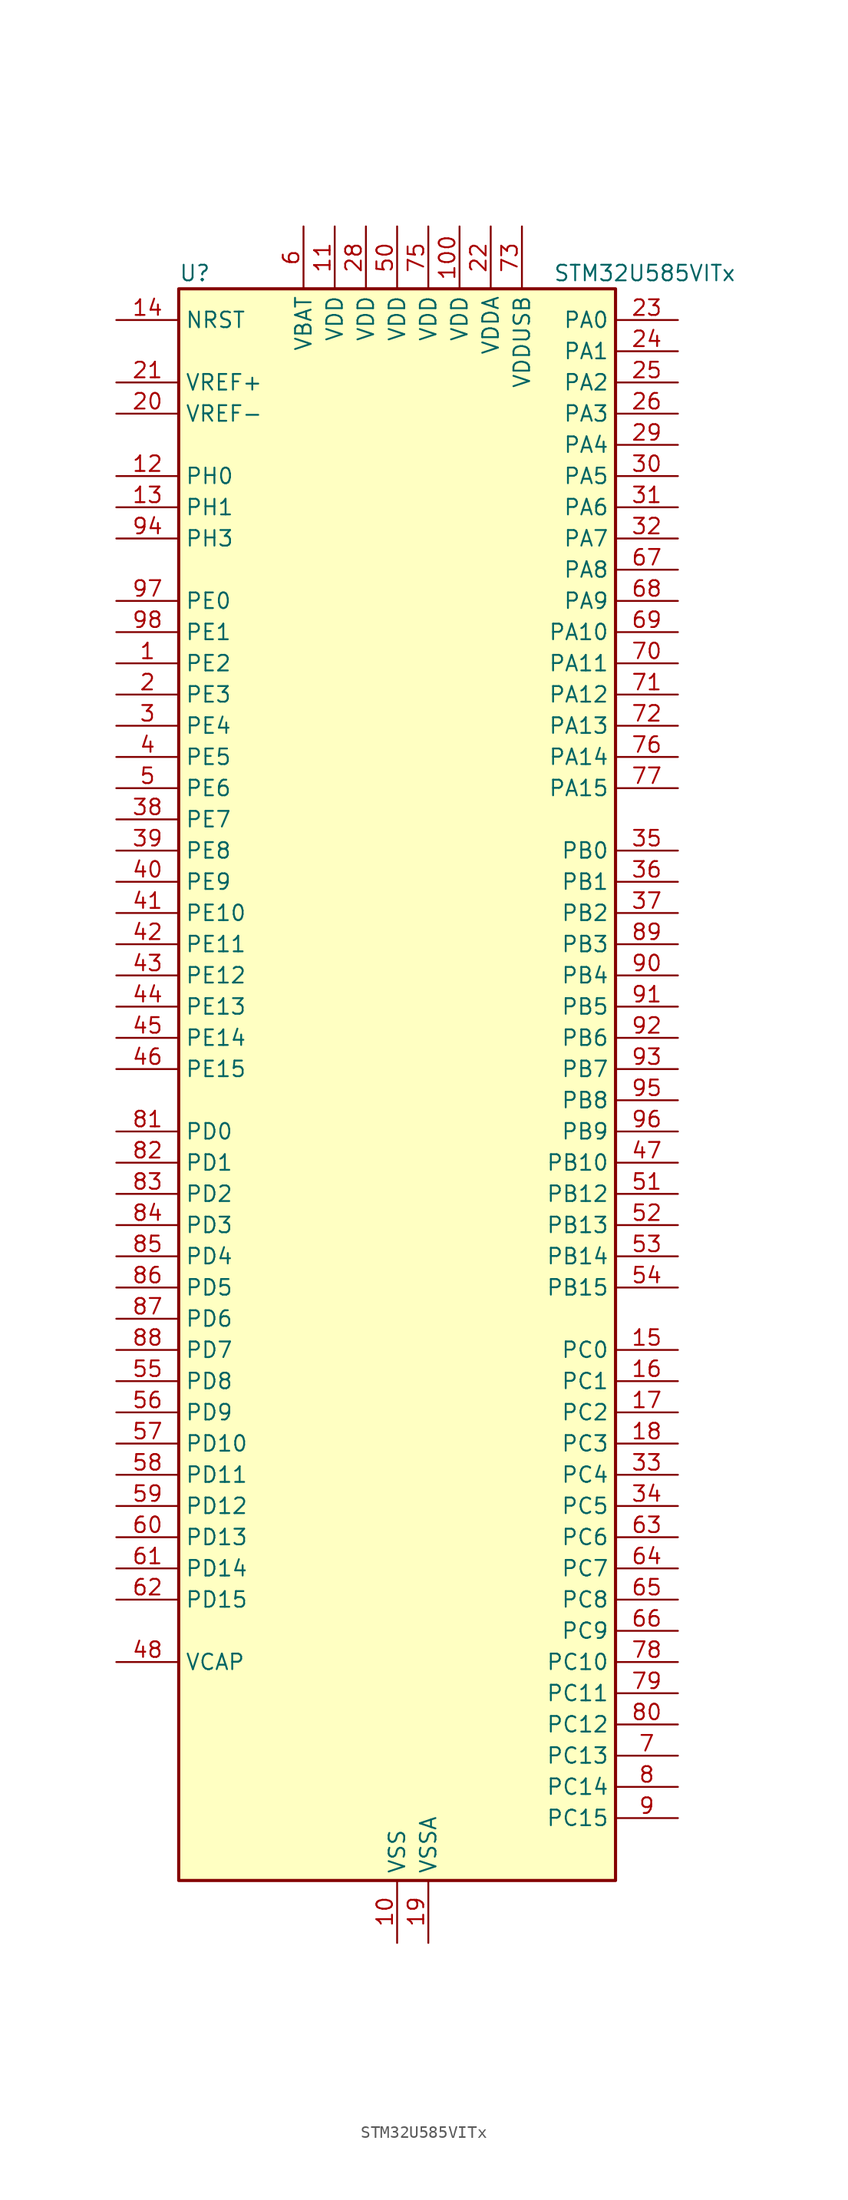
<source format=kicad_sym>
(kicad_symbol_lib
  (version 20220914)
  (generator kicad_symbol_editor)
  (symbol "STM32U585VITx"
    (property "Reference" "U"
      (at -17.78 67.31 0)
      (effects (font (size 1.27 1.27)) (justify left)))
    (property "Value" "STM32U585VITx"
      (at 12.7 67.31 0)
      (effects (font (size 1.27 1.27)) (justify left)))
    (property "ki_locked" ""
      (at 0 0 0)
      (effects (font (size 1.27 1.27))))
    (symbol "STM32U585VITx_0_1"
      (rectangle (start -17.78 -63.5) (end 17.78 66.04) (stroke (width 0.254) (type default)) (fill (type background))))
    (symbol "STM32U585VITx_1_1"
      (pin bidirectional line (at -22.86 35.56 0) (length 5.08) (name "PE2" (effects (font (size 1.27 1.27)))) (number "1" (effects (font (size 1.27 1.27)))) (alternate "DEBUG_TRACECLK" bidirectional line) (alternate "FMC_A23" bidirectional line) (alternate "SAI1_CK1" bidirectional line) (alternate "SAI1_MCLK_A" bidirectional line) (alternate "TIM3_ETR" bidirectional line) (alternate "TSC_G7_IO1" bidirectional line))
      (pin power_in line (at 0 -68.58 90) (length 5.08) (name "VSS" (effects (font (size 1.27 1.27)))) (number "10" (effects (font (size 1.27 1.27)))))
      (pin power_in line (at 5.08 71.12 270) (length 5.08) (name "VDD" (effects (font (size 1.27 1.27)))) (number "100" (effects (font (size 1.27 1.27)))))
      (pin power_in line (at -5.08 71.12 270) (length 5.08) (name "VDD" (effects (font (size 1.27 1.27)))) (number "11" (effects (font (size 1.27 1.27)))))
      (pin bidirectional line (at -22.86 50.8 0) (length 5.08) (name "PH0" (effects (font (size 1.27 1.27)))) (number "12" (effects (font (size 1.27 1.27)))) (alternate "RCC_OSC_IN" bidirectional line))
      (pin bidirectional line (at -22.86 48.26 0) (length 5.08) (name "PH1" (effects (font (size 1.27 1.27)))) (number "13" (effects (font (size 1.27 1.27)))) (alternate "RCC_OSC_OUT" bidirectional line))
      (pin input line (at -22.86 63.5 0) (length 5.08) (name "NRST" (effects (font (size 1.27 1.27)))) (number "14" (effects (font (size 1.27 1.27)))))
      (pin bidirectional line (at 22.86 -20.32 180) (length 5.08) (name "PC0" (effects (font (size 1.27 1.27)))) (number "15" (effects (font (size 1.27 1.27)))) (alternate "ADC1_IN1" bidirectional line) (alternate "ADC4_IN1" bidirectional line) (alternate "I2C3_SCL" bidirectional line) (alternate "LPTIM1_IN1" bidirectional line) (alternate "LPTIM2_IN1" bidirectional line) (alternate "LPUART1_RX" bidirectional line) (alternate "MDF1_SDI4" bidirectional line) (alternate "OCTOSPIM_P1_IO7" bidirectional line) (alternate "SAI2_FS_A" bidirectional line) (alternate "SDMMC1_D5" bidirectional line) (alternate "SPI2_RDY" bidirectional line))
      (pin bidirectional line (at 22.86 -22.86 180) (length 5.08) (name "PC1" (effects (font (size 1.27 1.27)))) (number "16" (effects (font (size 1.27 1.27)))) (alternate "ADC1_IN2" bidirectional line) (alternate "ADC4_IN2" bidirectional line) (alternate "DEBUG_TRACED0" bidirectional line) (alternate "I2C3_SDA" bidirectional line) (alternate "LPTIM1_CH1" bidirectional line) (alternate "LPUART1_TX" bidirectional line) (alternate "MDF1_CKI4" bidirectional line) (alternate "OCTOSPIM_P1_IO4" bidirectional line) (alternate "SAI1_SD_A" bidirectional line) (alternate "SDMMC2_CK" bidirectional line) (alternate "SPI2_MOSI" bidirectional line))
      (pin bidirectional line (at 22.86 -25.4 180) (length 5.08) (name "PC2" (effects (font (size 1.27 1.27)))) (number "17" (effects (font (size 1.27 1.27)))) (alternate "ADC1_IN3" bidirectional line) (alternate "ADC4_IN3" bidirectional line) (alternate "LPTIM1_IN2" bidirectional line) (alternate "MDF1_CCK1" bidirectional line) (alternate "OCTOSPIM_P1_IO5" bidirectional line) (alternate "SPI2_MISO" bidirectional line))
      (pin bidirectional line (at 22.86 -27.94 180) (length 5.08) (name "PC3" (effects (font (size 1.27 1.27)))) (number "18" (effects (font (size 1.27 1.27)))) (alternate "ADC1_IN4" bidirectional line) (alternate "ADC4_IN4" bidirectional line) (alternate "LPTIM1_ETR" bidirectional line) (alternate "LPTIM2_ETR" bidirectional line) (alternate "LPTIM3_CH1" bidirectional line) (alternate "OCTOSPIM_P1_IO6" bidirectional line) (alternate "SAI1_D1" bidirectional line) (alternate "SAI1_SD_A" bidirectional line) (alternate "SPI2_MOSI" bidirectional line))
      (pin power_in line (at 2.54 -68.58 90) (length 5.08) (name "VSSA" (effects (font (size 1.27 1.27)))) (number "19" (effects (font (size 1.27 1.27)))))
      (pin bidirectional line (at -22.86 33.02 0) (length 5.08) (name "PE3" (effects (font (size 1.27 1.27)))) (number "2" (effects (font (size 1.27 1.27)))) (alternate "DEBUG_TRACED0" bidirectional line) (alternate "FMC_A19" bidirectional line) (alternate "OCTOSPIM_P1_DQS" bidirectional line) (alternate "SAI1_SD_B" bidirectional line) (alternate "TAMP_IN6" bidirectional line) (alternate "TAMP_OUT3" bidirectional line) (alternate "TIM3_CH1" bidirectional line) (alternate "TSC_G7_IO2" bidirectional line))
      (pin input line (at -22.86 55.88 0) (length 5.08) (name "VREF-" (effects (font (size 1.27 1.27)))) (number "20" (effects (font (size 1.27 1.27)))))
      (pin input line (at -22.86 58.42 0) (length 5.08) (name "VREF+" (effects (font (size 1.27 1.27)))) (number "21" (effects (font (size 1.27 1.27)))) (alternate "VREFBUF_OUT" bidirectional line))
      (pin power_in line (at 7.62 71.12 270) (length 5.08) (name "VDDA" (effects (font (size 1.27 1.27)))) (number "22" (effects (font (size 1.27 1.27)))))
      (pin bidirectional line (at 22.86 63.5 180) (length 5.08) (name "PA0" (effects (font (size 1.27 1.27)))) (number "23" (effects (font (size 1.27 1.27)))) (alternate "ADC1_IN5" bidirectional line) (alternate "AUDIOCLK" bidirectional line) (alternate "OCTOSPIM_P2_NCS" bidirectional line) (alternate "OPAMP1_VINP" bidirectional line) (alternate "PWR_WKUP1" bidirectional line) (alternate "SDMMC2_CMD" bidirectional line) (alternate "SPI3_RDY" bidirectional line) (alternate "TAMP_IN2" bidirectional line) (alternate "TAMP_OUT1" bidirectional line) (alternate "TIM2_CH1" bidirectional line) (alternate "TIM2_ETR" bidirectional line) (alternate "TIM5_CH1" bidirectional line) (alternate "TIM8_ETR" bidirectional line) (alternate "UART4_TX" bidirectional line) (alternate "USART2_CTS" bidirectional line))
      (pin bidirectional line (at 22.86 60.96 180) (length 5.08) (name "PA1" (effects (font (size 1.27 1.27)))) (number "24" (effects (font (size 1.27 1.27)))) (alternate "ADC1_IN6" bidirectional line) (alternate "I2C1_SMBA" bidirectional line) (alternate "LPTIM1_CH2" bidirectional line) (alternate "OCTOSPIM_P1_DQS" bidirectional line) (alternate "OPAMP1_VINM" bidirectional line) (alternate "PWR_WKUP3" bidirectional line) (alternate "SPI1_SCK" bidirectional line) (alternate "TAMP_IN5" bidirectional line) (alternate "TAMP_OUT4" bidirectional line) (alternate "TIM15_CH1N" bidirectional line) (alternate "TIM2_CH2" bidirectional line) (alternate "TIM5_CH2" bidirectional line) (alternate "UART4_RX" bidirectional line) (alternate "USART2_DE" bidirectional line) (alternate "USART2_RTS" bidirectional line))
      (pin bidirectional line (at 22.86 58.42 180) (length 5.08) (name "PA2" (effects (font (size 1.27 1.27)))) (number "25" (effects (font (size 1.27 1.27)))) (alternate "ADC1_IN7" bidirectional line) (alternate "COMP1_INP" bidirectional line) (alternate "LPUART1_TX" bidirectional line) (alternate "OCTOSPIM_P1_NCS" bidirectional line) (alternate "PWR_WKUP4" bidirectional line) (alternate "RCC_LSCO" bidirectional line) (alternate "SPI1_RDY" bidirectional line) (alternate "TIM15_CH1" bidirectional line) (alternate "TIM2_CH3" bidirectional line) (alternate "TIM5_CH3" bidirectional line) (alternate "UCPD1_FRSTX1" bidirectional line) (alternate "USART2_TX" bidirectional line))
      (pin bidirectional line (at 22.86 55.88 180) (length 5.08) (name "PA3" (effects (font (size 1.27 1.27)))) (number "26" (effects (font (size 1.27 1.27)))) (alternate "ADC1_IN8" bidirectional line) (alternate "LPUART1_RX" bidirectional line) (alternate "OCTOSPIM_P1_CLK" bidirectional line) (alternate "OPAMP1_VOUT" bidirectional line) (alternate "PWR_WKUP5" bidirectional line) (alternate "SAI1_CK1" bidirectional line) (alternate "SAI1_MCLK_A" bidirectional line) (alternate "TIM15_CH2" bidirectional line) (alternate "TIM2_CH4" bidirectional line) (alternate "TIM5_CH4" bidirectional line) (alternate "USART2_RX" bidirectional line))
      (pin passive line (at 0 -68.58 90) (length 5.08) hide (name "VSS" (effects (font (size 1.27 1.27)))) (number "27" (effects (font (size 1.27 1.27)))))
      (pin power_in line (at -2.54 71.12 270) (length 5.08) (name "VDD" (effects (font (size 1.27 1.27)))) (number "28" (effects (font (size 1.27 1.27)))))
      (pin bidirectional line (at 22.86 53.34 180) (length 5.08) (name "PA4" (effects (font (size 1.27 1.27)))) (number "29" (effects (font (size 1.27 1.27)))) (alternate "ADC1_IN9" bidirectional line) (alternate "ADC4_IN9" bidirectional line) (alternate "DAC1_OUT1" bidirectional line) (alternate "DCMI_HSYNC" bidirectional line) (alternate "LPTIM2_CH1" bidirectional line) (alternate "OCTOSPIM_P1_NCS" bidirectional line) (alternate "PSSI_DE" bidirectional line) (alternate "PWR_WKUP2" bidirectional line) (alternate "SAI1_FS_B" bidirectional line) (alternate "SPI1_NSS" bidirectional line) (alternate "SPI3_NSS" bidirectional line) (alternate "USART2_CK" bidirectional line))
      (pin bidirectional line (at -22.86 30.48 0) (length 5.08) (name "PE4" (effects (font (size 1.27 1.27)))) (number "3" (effects (font (size 1.27 1.27)))) (alternate "DCMI_D4" bidirectional line) (alternate "DEBUG_TRACED1" bidirectional line) (alternate "FMC_A20" bidirectional line) (alternate "MDF1_SDI3" bidirectional line) (alternate "PSSI_D4" bidirectional line) (alternate "PWR_WKUP1" bidirectional line) (alternate "SAI1_D2" bidirectional line) (alternate "SAI1_FS_A" bidirectional line) (alternate "TAMP_IN7" bidirectional line) (alternate "TAMP_OUT8" bidirectional line) (alternate "TIM3_CH2" bidirectional line) (alternate "TSC_G7_IO3" bidirectional line))
      (pin bidirectional line (at 22.86 50.8 180) (length 5.08) (name "PA5" (effects (font (size 1.27 1.27)))) (number "30" (effects (font (size 1.27 1.27)))) (alternate "ADC1_IN10" bidirectional line) (alternate "ADC4_IN10" bidirectional line) (alternate "DAC1_OUT2" bidirectional line) (alternate "LPTIM2_ETR" bidirectional line) (alternate "PSSI_D14" bidirectional line) (alternate "PWR_CSLEEP" bidirectional line) (alternate "PWR_WKUP6" bidirectional line) (alternate "SPI1_SCK" bidirectional line) (alternate "TIM2_CH1" bidirectional line) (alternate "TIM2_ETR" bidirectional line) (alternate "TIM8_CH1N" bidirectional line) (alternate "USART3_RX" bidirectional line))
      (pin bidirectional line (at 22.86 48.26 180) (length 5.08) (name "PA6" (effects (font (size 1.27 1.27)))) (number "31" (effects (font (size 1.27 1.27)))) (alternate "ADC1_IN11" bidirectional line) (alternate "ADC4_IN11" bidirectional line) (alternate "DCMI_PIXCLK" bidirectional line) (alternate "LPUART1_CTS" bidirectional line) (alternate "OCTOSPIM_P1_IO3" bidirectional line) (alternate "OPAMP2_VINP" bidirectional line) (alternate "PSSI_PDCK" bidirectional line) (alternate "PWR_CDSTOP" bidirectional line) (alternate "PWR_WKUP7" bidirectional line) (alternate "SPI1_MISO" bidirectional line) (alternate "TIM16_CH1" bidirectional line) (alternate "TIM1_BKIN" bidirectional line) (alternate "TIM3_CH1" bidirectional line) (alternate "TIM8_BKIN" bidirectional line) (alternate "USART3_CTS" bidirectional line))
      (pin bidirectional line (at 22.86 45.72 180) (length 5.08) (name "PA7" (effects (font (size 1.27 1.27)))) (number "32" (effects (font (size 1.27 1.27)))) (alternate "ADC1_IN12" bidirectional line) (alternate "ADC4_IN20" bidirectional line) (alternate "I2C3_SCL" bidirectional line) (alternate "LPTIM2_CH2" bidirectional line) (alternate "OCTOSPIM_P1_IO2" bidirectional line) (alternate "OPAMP2_VINM" bidirectional line) (alternate "PWR_SRDSTOP" bidirectional line) (alternate "PWR_WKUP8" bidirectional line) (alternate "SPI1_MOSI" bidirectional line) (alternate "TIM17_CH1" bidirectional line) (alternate "TIM1_CH1N" bidirectional line) (alternate "TIM3_CH2" bidirectional line) (alternate "TIM8_CH1N" bidirectional line) (alternate "USART3_TX" bidirectional line))
      (pin bidirectional line (at 22.86 -30.48 180) (length 5.08) (name "PC4" (effects (font (size 1.27 1.27)))) (number "33" (effects (font (size 1.27 1.27)))) (alternate "ADC1_IN13" bidirectional line) (alternate "ADC4_IN22" bidirectional line) (alternate "COMP1_INM" bidirectional line) (alternate "OCTOSPIM_P1_IO7" bidirectional line) (alternate "USART3_TX" bidirectional line))
      (pin bidirectional line (at 22.86 -33.02 180) (length 5.08) (name "PC5" (effects (font (size 1.27 1.27)))) (number "34" (effects (font (size 1.27 1.27)))) (alternate "ADC1_IN14" bidirectional line) (alternate "ADC4_IN23" bidirectional line) (alternate "COMP1_INP" bidirectional line) (alternate "PSSI_D15" bidirectional line) (alternate "PWR_WKUP5" bidirectional line) (alternate "SAI1_D3" bidirectional line) (alternate "TAMP_IN4" bidirectional line) (alternate "TAMP_OUT5" bidirectional line) (alternate "TIM1_CH4N" bidirectional line) (alternate "USART3_RX" bidirectional line))
      (pin bidirectional line (at 22.86 20.32 180) (length 5.08) (name "PB0" (effects (font (size 1.27 1.27)))) (number "35" (effects (font (size 1.27 1.27)))) (alternate "ADC1_IN15" bidirectional line) (alternate "ADC4_IN18" bidirectional line) (alternate "AUDIOCLK" bidirectional line) (alternate "COMP1_OUT" bidirectional line) (alternate "LPTIM3_CH1" bidirectional line) (alternate "OCTOSPIM_P1_IO1" bidirectional line) (alternate "OPAMP2_VOUT" bidirectional line) (alternate "SPI1_NSS" bidirectional line) (alternate "TIM1_CH2N" bidirectional line) (alternate "TIM3_CH3" bidirectional line) (alternate "TIM8_CH2N" bidirectional line) (alternate "USART3_CK" bidirectional line))
      (pin bidirectional line (at 22.86 17.78 180) (length 5.08) (name "PB1" (effects (font (size 1.27 1.27)))) (number "36" (effects (font (size 1.27 1.27)))) (alternate "ADC1_IN16" bidirectional line) (alternate "ADC4_IN19" bidirectional line) (alternate "COMP1_INM" bidirectional line) (alternate "LPTIM2_IN1" bidirectional line) (alternate "LPTIM3_CH2" bidirectional line) (alternate "LPUART1_DE" bidirectional line) (alternate "LPUART1_RTS" bidirectional line) (alternate "MDF1_SDI0" bidirectional line) (alternate "OCTOSPIM_P1_IO0" bidirectional line) (alternate "PWR_WKUP4" bidirectional line) (alternate "TIM1_CH3N" bidirectional line) (alternate "TIM3_CH4" bidirectional line) (alternate "TIM8_CH3N" bidirectional line) (alternate "USART3_DE" bidirectional line) (alternate "USART3_RTS" bidirectional line))
      (pin bidirectional line (at 22.86 15.24 180) (length 5.08) (name "PB2" (effects (font (size 1.27 1.27)))) (number "37" (effects (font (size 1.27 1.27)))) (alternate "ADC1_IN17" bidirectional line) (alternate "COMP1_INP" bidirectional line) (alternate "I2C3_SMBA" bidirectional line) (alternate "LPTIM1_CH1" bidirectional line) (alternate "MDF1_CKI0" bidirectional line) (alternate "OCTOSPIM_P1_DQS" bidirectional line) (alternate "PWR_WKUP1" bidirectional line) (alternate "RTC_OUT2" bidirectional line) (alternate "SPI1_RDY" bidirectional line) (alternate "TIM8_CH4N" bidirectional line) (alternate "UCPD1_FRSTX1" bidirectional line))
      (pin bidirectional line (at -22.86 22.86 0) (length 5.08) (name "PE7" (effects (font (size 1.27 1.27)))) (number "38" (effects (font (size 1.27 1.27)))) (alternate "FMC_D4" bidirectional line) (alternate "FMC_DA4" bidirectional line) (alternate "MDF1_SDI2" bidirectional line) (alternate "PWR_WKUP6" bidirectional line) (alternate "SAI1_SD_B" bidirectional line) (alternate "TIM1_ETR" bidirectional line))
      (pin bidirectional line (at -22.86 20.32 0) (length 5.08) (name "PE8" (effects (font (size 1.27 1.27)))) (number "39" (effects (font (size 1.27 1.27)))) (alternate "FMC_D5" bidirectional line) (alternate "FMC_DA5" bidirectional line) (alternate "MDF1_CKI2" bidirectional line) (alternate "PWR_WKUP7" bidirectional line) (alternate "SAI1_SCK_B" bidirectional line) (alternate "TIM1_CH1N" bidirectional line))
      (pin bidirectional line (at -22.86 27.94 0) (length 5.08) (name "PE5" (effects (font (size 1.27 1.27)))) (number "4" (effects (font (size 1.27 1.27)))) (alternate "DCMI_D6" bidirectional line) (alternate "DEBUG_TRACED2" bidirectional line) (alternate "FMC_A21" bidirectional line) (alternate "MDF1_CKI3" bidirectional line) (alternate "PSSI_D6" bidirectional line) (alternate "PWR_WKUP2" bidirectional line) (alternate "SAI1_CK2" bidirectional line) (alternate "SAI1_SCK_A" bidirectional line) (alternate "TAMP_IN8" bidirectional line) (alternate "TAMP_OUT7" bidirectional line) (alternate "TIM3_CH3" bidirectional line) (alternate "TSC_G7_IO4" bidirectional line))
      (pin bidirectional line (at -22.86 17.78 0) (length 5.08) (name "PE9" (effects (font (size 1.27 1.27)))) (number "40" (effects (font (size 1.27 1.27)))) (alternate "ADF1_CCK0" bidirectional line) (alternate "DAC1_EXTI9" bidirectional line) (alternate "FMC_D6" bidirectional line) (alternate "FMC_DA6" bidirectional line) (alternate "MDF1_CCK0" bidirectional line) (alternate "OCTOSPIM_P1_NCLK" bidirectional line) (alternate "SAI1_FS_B" bidirectional line) (alternate "TIM1_CH1" bidirectional line))
      (pin bidirectional line (at -22.86 15.24 0) (length 5.08) (name "PE10" (effects (font (size 1.27 1.27)))) (number "41" (effects (font (size 1.27 1.27)))) (alternate "ADF1_SDI0" bidirectional line) (alternate "FMC_D7" bidirectional line) (alternate "FMC_DA7" bidirectional line) (alternate "MDF1_SDI4" bidirectional line) (alternate "OCTOSPIM_P1_CLK" bidirectional line) (alternate "SAI1_MCLK_B" bidirectional line) (alternate "TIM1_CH2N" bidirectional line) (alternate "TSC_G5_IO1" bidirectional line))
      (pin bidirectional line (at -22.86 12.7 0) (length 5.08) (name "PE11" (effects (font (size 1.27 1.27)))) (number "42" (effects (font (size 1.27 1.27)))) (alternate "ADC1_EXTI11" bidirectional line) (alternate "FMC_D8" bidirectional line) (alternate "FMC_DA8" bidirectional line) (alternate "MDF1_CKI4" bidirectional line) (alternate "OCTOSPIM_P1_NCS" bidirectional line) (alternate "SPI1_RDY" bidirectional line) (alternate "TIM1_CH2" bidirectional line) (alternate "TSC_G5_IO2" bidirectional line))
      (pin bidirectional line (at -22.86 10.16 0) (length 5.08) (name "PE12" (effects (font (size 1.27 1.27)))) (number "43" (effects (font (size 1.27 1.27)))) (alternate "FMC_D9" bidirectional line) (alternate "FMC_DA9" bidirectional line) (alternate "MDF1_SDI5" bidirectional line) (alternate "OCTOSPIM_P1_IO0" bidirectional line) (alternate "SPI1_NSS" bidirectional line) (alternate "TIM1_CH3N" bidirectional line) (alternate "TSC_G5_IO3" bidirectional line))
      (pin bidirectional line (at -22.86 7.62 0) (length 5.08) (name "PE13" (effects (font (size 1.27 1.27)))) (number "44" (effects (font (size 1.27 1.27)))) (alternate "FMC_D10" bidirectional line) (alternate "FMC_DA10" bidirectional line) (alternate "MDF1_CKI5" bidirectional line) (alternate "OCTOSPIM_P1_IO1" bidirectional line) (alternate "SPI1_SCK" bidirectional line) (alternate "TIM1_CH3" bidirectional line) (alternate "TSC_G5_IO4" bidirectional line))
      (pin bidirectional line (at -22.86 5.08 0) (length 5.08) (name "PE14" (effects (font (size 1.27 1.27)))) (number "45" (effects (font (size 1.27 1.27)))) (alternate "FMC_D11" bidirectional line) (alternate "FMC_DA11" bidirectional line) (alternate "OCTOSPIM_P1_IO2" bidirectional line) (alternate "SPI1_MISO" bidirectional line) (alternate "TIM1_BKIN2" bidirectional line) (alternate "TIM1_CH4" bidirectional line))
      (pin bidirectional line (at -22.86 2.54 0) (length 5.08) (name "PE15" (effects (font (size 1.27 1.27)))) (number "46" (effects (font (size 1.27 1.27)))) (alternate "ADC1_EXTI15" bidirectional line) (alternate "ADC4_EXTI15" bidirectional line) (alternate "FMC_D12" bidirectional line) (alternate "FMC_DA12" bidirectional line) (alternate "OCTOSPIM_P1_IO3" bidirectional line) (alternate "SPI1_MOSI" bidirectional line) (alternate "TIM1_BKIN" bidirectional line) (alternate "TIM1_CH4N" bidirectional line))
      (pin bidirectional line (at 22.86 -5.08 180) (length 5.08) (name "PB10" (effects (font (size 1.27 1.27)))) (number "47" (effects (font (size 1.27 1.27)))) (alternate "COMP1_OUT" bidirectional line) (alternate "I2C2_SCL" bidirectional line) (alternate "I2C4_SCL" bidirectional line) (alternate "LPTIM3_CH1" bidirectional line) (alternate "LPUART1_RX" bidirectional line) (alternate "OCTOSPIM_P1_CLK" bidirectional line) (alternate "PWR_WKUP8" bidirectional line) (alternate "SAI1_SCK_A" bidirectional line) (alternate "SPI2_SCK" bidirectional line) (alternate "TIM2_CH3" bidirectional line) (alternate "TSC_SYNC" bidirectional line) (alternate "USART3_TX" bidirectional line))
      (pin power_out line (at -22.86 -45.72 0) (length 5.08) (name "VCAP" (effects (font (size 1.27 1.27)))) (number "48" (effects (font (size 1.27 1.27)))))
      (pin passive line (at 0 -68.58 90) (length 5.08) hide (name "VSS" (effects (font (size 1.27 1.27)))) (number "49" (effects (font (size 1.27 1.27)))))
      (pin bidirectional line (at -22.86 25.4 0) (length 5.08) (name "PE6" (effects (font (size 1.27 1.27)))) (number "5" (effects (font (size 1.27 1.27)))) (alternate "DCMI_D7" bidirectional line) (alternate "DEBUG_TRACED3" bidirectional line) (alternate "FMC_A22" bidirectional line) (alternate "PSSI_D7" bidirectional line) (alternate "PWR_WKUP3" bidirectional line) (alternate "SAI1_D1" bidirectional line) (alternate "SAI1_SD_A" bidirectional line) (alternate "TAMP_IN3" bidirectional line) (alternate "TAMP_OUT6" bidirectional line) (alternate "TIM3_CH4" bidirectional line))
      (pin power_in line (at 0 71.12 270) (length 5.08) (name "VDD" (effects (font (size 1.27 1.27)))) (number "50" (effects (font (size 1.27 1.27)))))
      (pin bidirectional line (at 22.86 -7.62 180) (length 5.08) (name "PB12" (effects (font (size 1.27 1.27)))) (number "51" (effects (font (size 1.27 1.27)))) (alternate "I2C2_SMBA" bidirectional line) (alternate "LPUART1_DE" bidirectional line) (alternate "LPUART1_RTS" bidirectional line) (alternate "MDF1_SDI1" bidirectional line) (alternate "OCTOSPIM_P1_NCLK" bidirectional line) (alternate "SAI2_FS_A" bidirectional line) (alternate "SPI2_NSS" bidirectional line) (alternate "TIM15_BKIN" bidirectional line) (alternate "TIM1_BKIN" bidirectional line) (alternate "TSC_G1_IO1" bidirectional line) (alternate "USART3_CK" bidirectional line))
      (pin bidirectional line (at 22.86 -10.16 180) (length 5.08) (name "PB13" (effects (font (size 1.27 1.27)))) (number "52" (effects (font (size 1.27 1.27)))) (alternate "I2C2_SCL" bidirectional line) (alternate "LPTIM3_IN1" bidirectional line) (alternate "LPUART1_CTS" bidirectional line) (alternate "MDF1_CKI1" bidirectional line) (alternate "SAI2_SCK_A" bidirectional line) (alternate "SPI2_SCK" bidirectional line) (alternate "TIM15_CH1N" bidirectional line) (alternate "TIM1_CH1N" bidirectional line) (alternate "TSC_G1_IO2" bidirectional line) (alternate "USART3_CTS" bidirectional line))
      (pin bidirectional line (at 22.86 -12.7 180) (length 5.08) (name "PB14" (effects (font (size 1.27 1.27)))) (number "53" (effects (font (size 1.27 1.27)))) (alternate "I2C2_SDA" bidirectional line) (alternate "LPTIM3_ETR" bidirectional line) (alternate "MDF1_SDI2" bidirectional line) (alternate "SAI2_MCLK_A" bidirectional line) (alternate "SDMMC2_D0" bidirectional line) (alternate "SPI2_MISO" bidirectional line) (alternate "TIM15_CH1" bidirectional line) (alternate "TIM1_CH2N" bidirectional line) (alternate "TIM8_CH2N" bidirectional line) (alternate "TSC_G1_IO3" bidirectional line) (alternate "UCPD1_DBCC2" bidirectional line) (alternate "USART3_DE" bidirectional line) (alternate "USART3_RTS" bidirectional line))
      (pin bidirectional line (at 22.86 -15.24 180) (length 5.08) (name "PB15" (effects (font (size 1.27 1.27)))) (number "54" (effects (font (size 1.27 1.27)))) (alternate "ADC1_EXTI15" bidirectional line) (alternate "ADC4_EXTI15" bidirectional line) (alternate "FMC_NBL1" bidirectional line) (alternate "LPTIM2_IN2" bidirectional line) (alternate "MDF1_CKI2" bidirectional line) (alternate "PWR_WKUP7" bidirectional line) (alternate "RTC_REFIN" bidirectional line) (alternate "SAI2_SD_A" bidirectional line) (alternate "SDMMC2_D1" bidirectional line) (alternate "SPI2_MOSI" bidirectional line) (alternate "TIM15_CH2" bidirectional line) (alternate "TIM1_CH3N" bidirectional line) (alternate "TIM8_CH3N" bidirectional line) (alternate "UCPD1_CC2" bidirectional line))
      (pin bidirectional line (at -22.86 -22.86 0) (length 5.08) (name "PD8" (effects (font (size 1.27 1.27)))) (number "55" (effects (font (size 1.27 1.27)))) (alternate "DCMI_HSYNC" bidirectional line) (alternate "FMC_D13" bidirectional line) (alternate "FMC_DA13" bidirectional line) (alternate "PSSI_DE" bidirectional line) (alternate "USART3_TX" bidirectional line))
      (pin bidirectional line (at -22.86 -25.4 0) (length 5.08) (name "PD9" (effects (font (size 1.27 1.27)))) (number "56" (effects (font (size 1.27 1.27)))) (alternate "DAC1_EXTI9" bidirectional line) (alternate "DCMI_PIXCLK" bidirectional line) (alternate "FMC_D14" bidirectional line) (alternate "FMC_DA14" bidirectional line) (alternate "LPTIM2_IN2" bidirectional line) (alternate "LPTIM3_IN1" bidirectional line) (alternate "PSSI_PDCK" bidirectional line) (alternate "SAI2_MCLK_A" bidirectional line) (alternate "USART3_RX" bidirectional line))
      (pin bidirectional line (at -22.86 -27.94 0) (length 5.08) (name "PD10" (effects (font (size 1.27 1.27)))) (number "57" (effects (font (size 1.27 1.27)))) (alternate "FMC_D15" bidirectional line) (alternate "FMC_DA15" bidirectional line) (alternate "LPTIM2_CH2" bidirectional line) (alternate "LPTIM3_ETR" bidirectional line) (alternate "SAI2_SCK_A" bidirectional line) (alternate "TSC_G6_IO1" bidirectional line) (alternate "USART3_CK" bidirectional line))
      (pin bidirectional line (at -22.86 -30.48 0) (length 5.08) (name "PD11" (effects (font (size 1.27 1.27)))) (number "58" (effects (font (size 1.27 1.27)))) (alternate "ADC1_EXTI11" bidirectional line) (alternate "ADC4_IN15" bidirectional line) (alternate "FMC_A16" bidirectional line) (alternate "FMC_CLE" bidirectional line) (alternate "I2C4_SMBA" bidirectional line) (alternate "LPTIM2_ETR" bidirectional line) (alternate "SAI2_SD_A" bidirectional line) (alternate "TSC_G6_IO2" bidirectional line) (alternate "USART3_CTS" bidirectional line))
      (pin bidirectional line (at -22.86 -33.02 0) (length 5.08) (name "PD12" (effects (font (size 1.27 1.27)))) (number "59" (effects (font (size 1.27 1.27)))) (alternate "ADC4_IN16" bidirectional line) (alternate "FMC_A17" bidirectional line) (alternate "FMC_ALE" bidirectional line) (alternate "I2C4_SCL" bidirectional line) (alternate "LPTIM2_IN1" bidirectional line) (alternate "SAI2_FS_A" bidirectional line) (alternate "TIM4_CH1" bidirectional line) (alternate "TSC_G6_IO3" bidirectional line) (alternate "USART3_DE" bidirectional line) (alternate "USART3_RTS" bidirectional line))
      (pin power_in line (at -7.62 71.12 270) (length 5.08) (name "VBAT" (effects (font (size 1.27 1.27)))) (number "6" (effects (font (size 1.27 1.27)))))
      (pin bidirectional line (at -22.86 -35.56 0) (length 5.08) (name "PD13" (effects (font (size 1.27 1.27)))) (number "60" (effects (font (size 1.27 1.27)))) (alternate "ADC4_IN17" bidirectional line) (alternate "FMC_A18" bidirectional line) (alternate "I2C4_SDA" bidirectional line) (alternate "LPTIM2_CH1" bidirectional line) (alternate "LPTIM4_IN1" bidirectional line) (alternate "TIM4_CH2" bidirectional line) (alternate "TSC_G6_IO4" bidirectional line))
      (pin bidirectional line (at -22.86 -38.1 0) (length 5.08) (name "PD14" (effects (font (size 1.27 1.27)))) (number "61" (effects (font (size 1.27 1.27)))) (alternate "FMC_D0" bidirectional line) (alternate "FMC_DA0" bidirectional line) (alternate "LPTIM3_CH1" bidirectional line) (alternate "TIM4_CH3" bidirectional line))
      (pin bidirectional line (at -22.86 -40.64 0) (length 5.08) (name "PD15" (effects (font (size 1.27 1.27)))) (number "62" (effects (font (size 1.27 1.27)))) (alternate "ADC1_EXTI15" bidirectional line) (alternate "ADC4_EXTI15" bidirectional line) (alternate "FMC_D1" bidirectional line) (alternate "FMC_DA1" bidirectional line) (alternate "LPTIM3_CH2" bidirectional line) (alternate "TIM4_CH4" bidirectional line))
      (pin bidirectional line (at 22.86 -35.56 180) (length 5.08) (name "PC6" (effects (font (size 1.27 1.27)))) (number "63" (effects (font (size 1.27 1.27)))) (alternate "DCMI_D0" bidirectional line) (alternate "MDF1_CKI3" bidirectional line) (alternate "PSSI_D0" bidirectional line) (alternate "PWR_CSLEEP" bidirectional line) (alternate "SAI2_MCLK_A" bidirectional line) (alternate "SDMMC1_D0DIR" bidirectional line) (alternate "SDMMC1_D6" bidirectional line) (alternate "SDMMC2_D6" bidirectional line) (alternate "TIM3_CH1" bidirectional line) (alternate "TIM8_CH1" bidirectional line) (alternate "TSC_G4_IO1" bidirectional line))
      (pin bidirectional line (at 22.86 -38.1 180) (length 5.08) (name "PC7" (effects (font (size 1.27 1.27)))) (number "64" (effects (font (size 1.27 1.27)))) (alternate "DCMI_D1" bidirectional line) (alternate "LPTIM2_CH2" bidirectional line) (alternate "MDF1_SDI3" bidirectional line) (alternate "PSSI_D1" bidirectional line) (alternate "PWR_CDSTOP" bidirectional line) (alternate "SAI2_MCLK_B" bidirectional line) (alternate "SDMMC1_D123DIR" bidirectional line) (alternate "SDMMC1_D7" bidirectional line) (alternate "SDMMC2_D7" bidirectional line) (alternate "TIM3_CH2" bidirectional line) (alternate "TIM8_CH2" bidirectional line) (alternate "TSC_G4_IO2" bidirectional line))
      (pin bidirectional line (at 22.86 -40.64 180) (length 5.08) (name "PC8" (effects (font (size 1.27 1.27)))) (number "65" (effects (font (size 1.27 1.27)))) (alternate "DCMI_D2" bidirectional line) (alternate "LPTIM3_CH1" bidirectional line) (alternate "PSSI_D2" bidirectional line) (alternate "PWR_SRDSTOP" bidirectional line) (alternate "SDMMC1_D0" bidirectional line) (alternate "TIM3_CH3" bidirectional line) (alternate "TIM8_CH3" bidirectional line) (alternate "TSC_G4_IO3" bidirectional line))
      (pin bidirectional line (at 22.86 -43.18 180) (length 5.08) (name "PC9" (effects (font (size 1.27 1.27)))) (number "66" (effects (font (size 1.27 1.27)))) (alternate "DAC1_EXTI9" bidirectional line) (alternate "DCMI_D3" bidirectional line) (alternate "DEBUG_TRACED0" bidirectional line) (alternate "LPTIM3_CH2" bidirectional line) (alternate "PSSI_D3" bidirectional line) (alternate "SDMMC1_D1" bidirectional line) (alternate "TIM3_CH4" bidirectional line) (alternate "TIM8_BKIN2" bidirectional line) (alternate "TIM8_CH4" bidirectional line) (alternate "TSC_G4_IO4" bidirectional line) (alternate "USB_OTG_FS_NOE" bidirectional line))
      (pin bidirectional line (at 22.86 43.18 180) (length 5.08) (name "PA8" (effects (font (size 1.27 1.27)))) (number "67" (effects (font (size 1.27 1.27)))) (alternate "DEBUG_TRACECLK" bidirectional line) (alternate "LPTIM2_CH1" bidirectional line) (alternate "RCC_MCO" bidirectional line) (alternate "SAI1_CK2" bidirectional line) (alternate "SAI1_SCK_A" bidirectional line) (alternate "SPI1_RDY" bidirectional line) (alternate "TIM1_CH1" bidirectional line) (alternate "USART1_CK" bidirectional line) (alternate "USB_OTG_FS_SOF" bidirectional line))
      (pin bidirectional line (at 22.86 40.64 180) (length 5.08) (name "PA9" (effects (font (size 1.27 1.27)))) (number "68" (effects (font (size 1.27 1.27)))) (alternate "DAC1_EXTI9" bidirectional line) (alternate "DCMI_D0" bidirectional line) (alternate "PSSI_D0" bidirectional line) (alternate "SAI1_FS_A" bidirectional line) (alternate "SPI2_SCK" bidirectional line) (alternate "TIM15_BKIN" bidirectional line) (alternate "TIM1_CH2" bidirectional line) (alternate "USART1_TX" bidirectional line) (alternate "USB_OTG_FS_VBUS" bidirectional line))
      (pin bidirectional line (at 22.86 38.1 180) (length 5.08) (name "PA10" (effects (font (size 1.27 1.27)))) (number "69" (effects (font (size 1.27 1.27)))) (alternate "CRS_SYNC" bidirectional line) (alternate "DCMI_D1" bidirectional line) (alternate "LPTIM2_IN2" bidirectional line) (alternate "PSSI_D1" bidirectional line) (alternate "SAI1_D1" bidirectional line) (alternate "SAI1_SD_A" bidirectional line) (alternate "TIM17_BKIN" bidirectional line) (alternate "TIM1_CH3" bidirectional line) (alternate "USART1_RX" bidirectional line) (alternate "USB_OTG_FS_ID" bidirectional line))
      (pin bidirectional line (at 22.86 -53.34 180) (length 5.08) (name "PC13" (effects (font (size 1.27 1.27)))) (number "7" (effects (font (size 1.27 1.27)))) (alternate "PWR_WKUP2" bidirectional line) (alternate "RTC_OUT1" bidirectional line) (alternate "RTC_TS" bidirectional line) (alternate "TAMP_IN1" bidirectional line) (alternate "TAMP_OUT2" bidirectional line))
      (pin bidirectional line (at 22.86 35.56 180) (length 5.08) (name "PA11" (effects (font (size 1.27 1.27)))) (number "70" (effects (font (size 1.27 1.27)))) (alternate "ADC1_EXTI11" bidirectional line) (alternate "FDCAN1_RX" bidirectional line) (alternate "SPI1_MISO" bidirectional line) (alternate "TIM1_BKIN2" bidirectional line) (alternate "TIM1_CH4" bidirectional line) (alternate "USART1_CTS" bidirectional line) (alternate "USB_OTG_FS_DM" bidirectional line))
      (pin bidirectional line (at 22.86 33.02 180) (length 5.08) (name "PA12" (effects (font (size 1.27 1.27)))) (number "71" (effects (font (size 1.27 1.27)))) (alternate "FDCAN1_TX" bidirectional line) (alternate "OCTOSPIM_P2_NCS" bidirectional line) (alternate "SPI1_MOSI" bidirectional line) (alternate "TIM1_ETR" bidirectional line) (alternate "USART1_DE" bidirectional line) (alternate "USART1_RTS" bidirectional line) (alternate "USB_OTG_FS_DP" bidirectional line))
      (pin bidirectional line (at 22.86 30.48 180) (length 5.08) (name "PA13" (effects (font (size 1.27 1.27)))) (number "72" (effects (font (size 1.27 1.27)))) (alternate "DEBUG_JTMS-SWDIO" bidirectional line) (alternate "IR_OUT" bidirectional line) (alternate "SAI1_SD_B" bidirectional line) (alternate "USB_OTG_FS_NOE" bidirectional line))
      (pin power_in line (at 10.16 71.12 270) (length 5.08) (name "VDDUSB" (effects (font (size 1.27 1.27)))) (number "73" (effects (font (size 1.27 1.27)))))
      (pin passive line (at 0 -68.58 90) (length 5.08) hide (name "VSS" (effects (font (size 1.27 1.27)))) (number "74" (effects (font (size 1.27 1.27)))))
      (pin power_in line (at 2.54 71.12 270) (length 5.08) (name "VDD" (effects (font (size 1.27 1.27)))) (number "75" (effects (font (size 1.27 1.27)))))
      (pin bidirectional line (at 22.86 27.94 180) (length 5.08) (name "PA14" (effects (font (size 1.27 1.27)))) (number "76" (effects (font (size 1.27 1.27)))) (alternate "DEBUG_JTCK-SWCLK" bidirectional line) (alternate "I2C1_SMBA" bidirectional line) (alternate "I2C4_SMBA" bidirectional line) (alternate "LPTIM1_CH1" bidirectional line) (alternate "SAI1_FS_B" bidirectional line) (alternate "USB_OTG_FS_SOF" bidirectional line))
      (pin bidirectional line (at 22.86 25.4 180) (length 5.08) (name "PA15" (effects (font (size 1.27 1.27)))) (number "77" (effects (font (size 1.27 1.27)))) (alternate "ADC1_EXTI15" bidirectional line) (alternate "ADC4_EXTI15" bidirectional line) (alternate "DEBUG_JTDI" bidirectional line) (alternate "SAI2_FS_B" bidirectional line) (alternate "SPI1_NSS" bidirectional line) (alternate "SPI3_NSS" bidirectional line) (alternate "TIM2_CH1" bidirectional line) (alternate "TIM2_ETR" bidirectional line) (alternate "UART4_DE" bidirectional line) (alternate "UART4_RTS" bidirectional line) (alternate "UCPD1_CC1" bidirectional line) (alternate "USART2_RX" bidirectional line) (alternate "USART3_DE" bidirectional line) (alternate "USART3_RTS" bidirectional line))
      (pin bidirectional line (at 22.86 -45.72 180) (length 5.08) (name "PC10" (effects (font (size 1.27 1.27)))) (number "78" (effects (font (size 1.27 1.27)))) (alternate "ADF1_CCK1" bidirectional line) (alternate "DCMI_D8" bidirectional line) (alternate "DEBUG_TRACED1" bidirectional line) (alternate "LPTIM3_ETR" bidirectional line) (alternate "PSSI_D8" bidirectional line) (alternate "SAI2_SCK_B" bidirectional line) (alternate "SDMMC1_D2" bidirectional line) (alternate "SPI3_SCK" bidirectional line) (alternate "TSC_G3_IO2" bidirectional line) (alternate "UART4_TX" bidirectional line) (alternate "USART3_TX" bidirectional line))
      (pin bidirectional line (at 22.86 -48.26 180) (length 5.08) (name "PC11" (effects (font (size 1.27 1.27)))) (number "79" (effects (font (size 1.27 1.27)))) (alternate "ADC1_EXTI11" bidirectional line) (alternate "ADF1_SDI0" bidirectional line) (alternate "DCMI_D2" bidirectional line) (alternate "DCMI_D4" bidirectional line) (alternate "LPTIM3_IN1" bidirectional line) (alternate "OCTOSPIM_P1_NCS" bidirectional line) (alternate "PSSI_D2" bidirectional line) (alternate "PSSI_D4" bidirectional line) (alternate "SAI2_MCLK_B" bidirectional line) (alternate "SDMMC1_D3" bidirectional line) (alternate "SPI3_MISO" bidirectional line) (alternate "TSC_G3_IO3" bidirectional line) (alternate "UART4_RX" bidirectional line) (alternate "UCPD1_FRSTX2" bidirectional line) (alternate "USART3_RX" bidirectional line))
      (pin bidirectional line (at 22.86 -55.88 180) (length 5.08) (name "PC14" (effects (font (size 1.27 1.27)))) (number "8" (effects (font (size 1.27 1.27)))) (alternate "RCC_OSC32_IN" bidirectional line))
      (pin bidirectional line (at 22.86 -50.8 180) (length 5.08) (name "PC12" (effects (font (size 1.27 1.27)))) (number "80" (effects (font (size 1.27 1.27)))) (alternate "DCMI_D9" bidirectional line) (alternate "DEBUG_TRACED3" bidirectional line) (alternate "PSSI_D9" bidirectional line) (alternate "SAI2_SD_B" bidirectional line) (alternate "SDMMC1_CK" bidirectional line) (alternate "SPI3_MOSI" bidirectional line) (alternate "TSC_G3_IO4" bidirectional line) (alternate "UART5_TX" bidirectional line) (alternate "USART3_CK" bidirectional line))
      (pin bidirectional line (at -22.86 -2.54 0) (length 5.08) (name "PD0" (effects (font (size 1.27 1.27)))) (number "81" (effects (font (size 1.27 1.27)))) (alternate "FDCAN1_RX" bidirectional line) (alternate "FMC_D2" bidirectional line) (alternate "FMC_DA2" bidirectional line) (alternate "SPI2_NSS" bidirectional line) (alternate "TIM8_CH4N" bidirectional line))
      (pin bidirectional line (at -22.86 -5.08 0) (length 5.08) (name "PD1" (effects (font (size 1.27 1.27)))) (number "82" (effects (font (size 1.27 1.27)))) (alternate "FDCAN1_TX" bidirectional line) (alternate "FMC_D3" bidirectional line) (alternate "FMC_DA3" bidirectional line) (alternate "SPI2_SCK" bidirectional line))
      (pin bidirectional line (at -22.86 -7.62 0) (length 5.08) (name "PD2" (effects (font (size 1.27 1.27)))) (number "83" (effects (font (size 1.27 1.27)))) (alternate "DCMI_D11" bidirectional line) (alternate "DEBUG_TRACED2" bidirectional line) (alternate "LPTIM4_ETR" bidirectional line) (alternate "PSSI_D11" bidirectional line) (alternate "SDMMC1_CMD" bidirectional line) (alternate "TIM3_ETR" bidirectional line) (alternate "TSC_SYNC" bidirectional line) (alternate "UART5_RX" bidirectional line) (alternate "USART3_DE" bidirectional line) (alternate "USART3_RTS" bidirectional line))
      (pin bidirectional line (at -22.86 -10.16 0) (length 5.08) (name "PD3" (effects (font (size 1.27 1.27)))) (number "84" (effects (font (size 1.27 1.27)))) (alternate "DCMI_D5" bidirectional line) (alternate "FMC_CLK" bidirectional line) (alternate "MDF1_SDI0" bidirectional line) (alternate "OCTOSPIM_P2_NCS" bidirectional line) (alternate "PSSI_D5" bidirectional line) (alternate "SPI2_MISO" bidirectional line) (alternate "SPI2_SCK" bidirectional line) (alternate "USART2_CTS" bidirectional line))
      (pin bidirectional line (at -22.86 -12.7 0) (length 5.08) (name "PD4" (effects (font (size 1.27 1.27)))) (number "85" (effects (font (size 1.27 1.27)))) (alternate "FMC_NOE" bidirectional line) (alternate "MDF1_CKI0" bidirectional line) (alternate "OCTOSPIM_P1_IO4" bidirectional line) (alternate "SPI2_MOSI" bidirectional line) (alternate "USART2_DE" bidirectional line) (alternate "USART2_RTS" bidirectional line))
      (pin bidirectional line (at -22.86 -15.24 0) (length 5.08) (name "PD5" (effects (font (size 1.27 1.27)))) (number "86" (effects (font (size 1.27 1.27)))) (alternate "FMC_NWE" bidirectional line) (alternate "OCTOSPIM_P1_IO5" bidirectional line) (alternate "SPI2_RDY" bidirectional line) (alternate "USART2_TX" bidirectional line))
      (pin bidirectional line (at -22.86 -17.78 0) (length 5.08) (name "PD6" (effects (font (size 1.27 1.27)))) (number "87" (effects (font (size 1.27 1.27)))) (alternate "DCMI_D10" bidirectional line) (alternate "FMC_NWAIT" bidirectional line) (alternate "MDF1_SDI1" bidirectional line) (alternate "OCTOSPIM_P1_IO6" bidirectional line) (alternate "PSSI_D10" bidirectional line) (alternate "SAI1_D1" bidirectional line) (alternate "SAI1_SD_A" bidirectional line) (alternate "SDMMC2_CK" bidirectional line) (alternate "SPI3_MOSI" bidirectional line) (alternate "USART2_RX" bidirectional line))
      (pin bidirectional line (at -22.86 -20.32 0) (length 5.08) (name "PD7" (effects (font (size 1.27 1.27)))) (number "88" (effects (font (size 1.27 1.27)))) (alternate "FMC_NCE" bidirectional line) (alternate "FMC_NE1" bidirectional line) (alternate "LPTIM4_OUT" bidirectional line) (alternate "MDF1_CKI1" bidirectional line) (alternate "OCTOSPIM_P1_IO7" bidirectional line) (alternate "SDMMC2_CMD" bidirectional line) (alternate "USART2_CK" bidirectional line))
      (pin bidirectional line (at 22.86 12.7 180) (length 5.08) (name "PB3" (effects (font (size 1.27 1.27)))) (number "89" (effects (font (size 1.27 1.27)))) (alternate "ADF1_CCK0" bidirectional line) (alternate "COMP2_INM" bidirectional line) (alternate "CRS_SYNC" bidirectional line) (alternate "DEBUG_JTDO-SWO" bidirectional line) (alternate "I2C1_SDA" bidirectional line) (alternate "LPTIM1_CH1" bidirectional line) (alternate "SAI1_SCK_B" bidirectional line) (alternate "SDMMC2_D2" bidirectional line) (alternate "SPI1_SCK" bidirectional line) (alternate "SPI3_SCK" bidirectional line) (alternate "TIM2_CH2" bidirectional line) (alternate "USART1_DE" bidirectional line) (alternate "USART1_RTS" bidirectional line))
      (pin bidirectional line (at 22.86 -58.42 180) (length 5.08) (name "PC15" (effects (font (size 1.27 1.27)))) (number "9" (effects (font (size 1.27 1.27)))) (alternate "ADC1_EXTI15" bidirectional line) (alternate "ADC4_EXTI15" bidirectional line) (alternate "RCC_OSC32_OUT" bidirectional line))
      (pin bidirectional line (at 22.86 10.16 180) (length 5.08) (name "PB4" (effects (font (size 1.27 1.27)))) (number "90" (effects (font (size 1.27 1.27)))) (alternate "ADF1_SDI0" bidirectional line) (alternate "COMP2_INP" bidirectional line) (alternate "DCMI_D12" bidirectional line) (alternate "DEBUG_JTRST" bidirectional line) (alternate "I2C3_SDA" bidirectional line) (alternate "LPTIM1_CH2" bidirectional line) (alternate "PSSI_D12" bidirectional line) (alternate "SAI1_MCLK_B" bidirectional line) (alternate "SDMMC2_D3" bidirectional line) (alternate "SPI1_MISO" bidirectional line) (alternate "SPI3_MISO" bidirectional line) (alternate "TIM17_BKIN" bidirectional line) (alternate "TIM3_CH1" bidirectional line) (alternate "TSC_G2_IO1" bidirectional line) (alternate "UART5_DE" bidirectional line) (alternate "UART5_RTS" bidirectional line) (alternate "USART1_CTS" bidirectional line))
      (pin bidirectional line (at 22.86 7.62 180) (length 5.08) (name "PB5" (effects (font (size 1.27 1.27)))) (number "91" (effects (font (size 1.27 1.27)))) (alternate "COMP2_OUT" bidirectional line) (alternate "DCMI_D10" bidirectional line) (alternate "I2C1_SMBA" bidirectional line) (alternate "LPTIM1_IN1" bidirectional line) (alternate "OCTOSPIM_P1_NCLK" bidirectional line) (alternate "PSSI_D10" bidirectional line) (alternate "PWR_WKUP6" bidirectional line) (alternate "SAI1_SD_B" bidirectional line) (alternate "SPI1_MOSI" bidirectional line) (alternate "SPI3_MOSI" bidirectional line) (alternate "TIM16_BKIN" bidirectional line) (alternate "TIM3_CH2" bidirectional line) (alternate "TSC_G2_IO2" bidirectional line) (alternate "UART5_CTS" bidirectional line) (alternate "UCPD1_DBCC1" bidirectional line) (alternate "USART1_CK" bidirectional line))
      (pin bidirectional line (at 22.86 5.08 180) (length 5.08) (name "PB6" (effects (font (size 1.27 1.27)))) (number "92" (effects (font (size 1.27 1.27)))) (alternate "COMP2_INP" bidirectional line) (alternate "DCMI_D5" bidirectional line) (alternate "I2C1_SCL" bidirectional line) (alternate "I2C4_SCL" bidirectional line) (alternate "LPTIM1_ETR" bidirectional line) (alternate "MDF1_SDI5" bidirectional line) (alternate "PSSI_D5" bidirectional line) (alternate "PWR_WKUP3" bidirectional line) (alternate "SAI1_FS_B" bidirectional line) (alternate "TIM16_CH1N" bidirectional line) (alternate "TIM4_CH1" bidirectional line) (alternate "TIM8_BKIN2" bidirectional line) (alternate "TSC_G2_IO3" bidirectional line) (alternate "USART1_TX" bidirectional line))
      (pin bidirectional line (at 22.86 2.54 180) (length 5.08) (name "PB7" (effects (font (size 1.27 1.27)))) (number "93" (effects (font (size 1.27 1.27)))) (alternate "COMP2_INM" bidirectional line) (alternate "DCMI_VSYNC" bidirectional line) (alternate "FMC_NL" bidirectional line) (alternate "I2C1_SDA" bidirectional line) (alternate "I2C4_SDA" bidirectional line) (alternate "LPTIM1_IN2" bidirectional line) (alternate "MDF1_CKI5" bidirectional line) (alternate "PSSI_RDY" bidirectional line) (alternate "PWR_PVD_IN" bidirectional line) (alternate "PWR_WKUP4" bidirectional line) (alternate "TIM17_CH1N" bidirectional line) (alternate "TIM4_CH2" bidirectional line) (alternate "TIM8_BKIN" bidirectional line) (alternate "TSC_G2_IO4" bidirectional line) (alternate "UART4_CTS" bidirectional line) (alternate "USART1_RX" bidirectional line))
      (pin bidirectional line (at -22.86 45.72 0) (length 5.08) (name "PH3" (effects (font (size 1.27 1.27)))) (number "94" (effects (font (size 1.27 1.27)))))
      (pin bidirectional line (at 22.86 0 180) (length 5.08) (name "PB8" (effects (font (size 1.27 1.27)))) (number "95" (effects (font (size 1.27 1.27)))) (alternate "DCMI_D6" bidirectional line) (alternate "FDCAN1_RX" bidirectional line) (alternate "I2C1_SCL" bidirectional line) (alternate "MDF1_CCK0" bidirectional line) (alternate "PSSI_D6" bidirectional line) (alternate "PWR_WKUP5" bidirectional line) (alternate "SAI1_CK1" bidirectional line) (alternate "SAI1_MCLK_A" bidirectional line) (alternate "SDMMC1_CKIN" bidirectional line) (alternate "SDMMC1_D4" bidirectional line) (alternate "SDMMC2_D4" bidirectional line) (alternate "SPI3_RDY" bidirectional line) (alternate "TIM16_CH1" bidirectional line) (alternate "TIM4_CH3" bidirectional line))
      (pin bidirectional line (at 22.86 -2.54 180) (length 5.08) (name "PB9" (effects (font (size 1.27 1.27)))) (number "96" (effects (font (size 1.27 1.27)))) (alternate "DAC1_EXTI9" bidirectional line) (alternate "DCMI_D7" bidirectional line) (alternate "FDCAN1_TX" bidirectional line) (alternate "I2C1_SDA" bidirectional line) (alternate "IR_OUT" bidirectional line) (alternate "PSSI_D7" bidirectional line) (alternate "SAI1_D2" bidirectional line) (alternate "SAI1_FS_A" bidirectional line) (alternate "SDMMC1_CDIR" bidirectional line) (alternate "SDMMC1_D5" bidirectional line) (alternate "SDMMC2_D5" bidirectional line) (alternate "SPI2_NSS" bidirectional line) (alternate "TIM17_CH1" bidirectional line) (alternate "TIM4_CH4" bidirectional line))
      (pin bidirectional line (at -22.86 40.64 0) (length 5.08) (name "PE0" (effects (font (size 1.27 1.27)))) (number "97" (effects (font (size 1.27 1.27)))) (alternate "DCMI_D2" bidirectional line) (alternate "FMC_NBL0" bidirectional line) (alternate "PSSI_D2" bidirectional line) (alternate "TIM16_CH1" bidirectional line) (alternate "TIM4_ETR" bidirectional line))
      (pin bidirectional line (at -22.86 38.1 0) (length 5.08) (name "PE1" (effects (font (size 1.27 1.27)))) (number "98" (effects (font (size 1.27 1.27)))) (alternate "DCMI_D3" bidirectional line) (alternate "FMC_NBL1" bidirectional line) (alternate "PSSI_D3" bidirectional line) (alternate "TIM17_CH1" bidirectional line))
      (pin passive line (at 0 -68.58 90) (length 5.08) hide (name "VSS" (effects (font (size 1.27 1.27)))) (number "99" (effects (font (size 1.27 1.27))))))))
</source>
